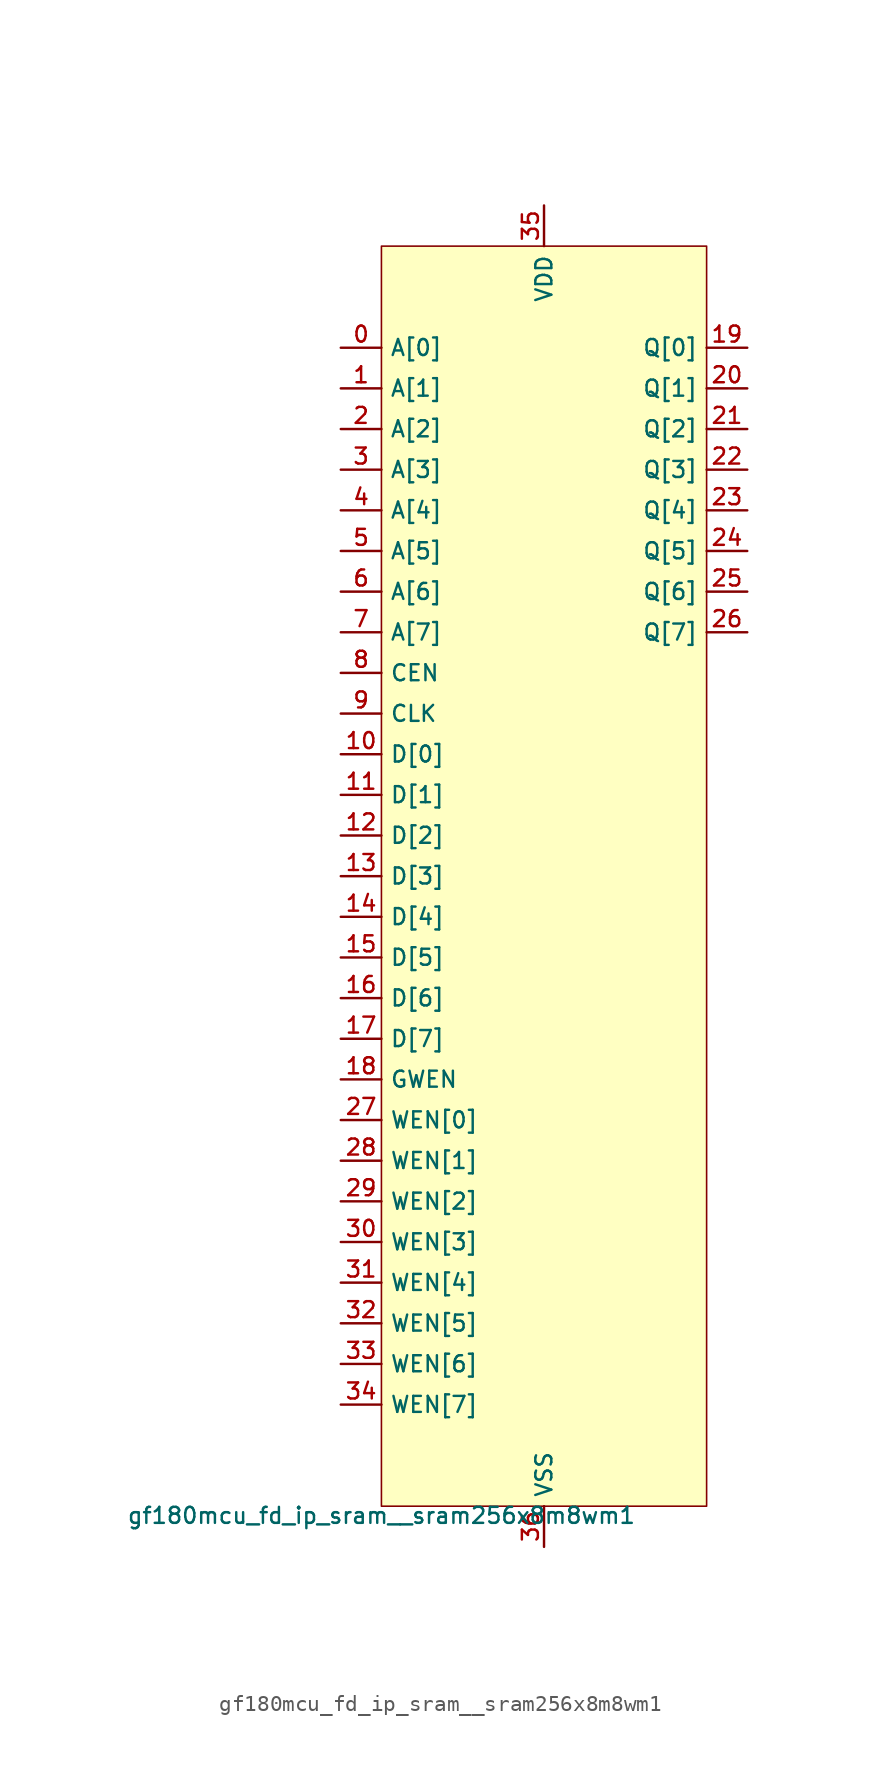
<source format=kicad_sym>
(kicad_symbol_lib
  (version 20211014)
  (generator pdk2kicad)
  (symbol "gf180mcu_fd_ip_sram__sram256x8m8wm1"
    (property "Reference" "X"
      (at 0 0 0)
      (effects (font (size 1 1)) hide))
    (property "Value" "gf180mcu_fd_ip_sram__sram256x8m8wm1"
      (at -10.16 -39.37 0)
      (effects (font (size 1 1)) (justify top)))
    (rectangle
      (start -10.16 -39.37)
      (end 10.16 39.37)
      (stroke (width 0.1) (type solid) (color 0 0 0 0))
      (fill (type background)))
    (pin input line
      (at -12.7 33.02 0)
      (length 2.54)
      (name "A[0]" (effects (font (size 1 1)) hide))
      (number "0" (effects (font (size 1 1)) hide)))
    (pin input line
      (at -12.7 30.48 0)
      (length 2.54)
      (name "A[1]" (effects (font (size 1 1)) hide))
      (number "1" (effects (font (size 1 1)) hide)))
    (pin input line
      (at -12.7 27.94 0)
      (length 2.54)
      (name "A[2]" (effects (font (size 1 1)) hide))
      (number "2" (effects (font (size 1 1)) hide)))
    (pin input line
      (at -12.7 25.4 0)
      (length 2.54)
      (name "A[3]" (effects (font (size 1 1)) hide))
      (number "3" (effects (font (size 1 1)) hide)))
    (pin input line
      (at -12.7 22.86 0)
      (length 2.54)
      (name "A[4]" (effects (font (size 1 1)) hide))
      (number "4" (effects (font (size 1 1)) hide)))
    (pin input line
      (at -12.7 20.32 0)
      (length 2.54)
      (name "A[5]" (effects (font (size 1 1)) hide))
      (number "5" (effects (font (size 1 1)) hide)))
    (pin input line
      (at -12.7 17.78 0)
      (length 2.54)
      (name "A[6]" (effects (font (size 1 1)) hide))
      (number "6" (effects (font (size 1 1)) hide)))
    (pin input line
      (at -12.7 15.24 0)
      (length 2.54)
      (name "A[7]" (effects (font (size 1 1)) hide))
      (number "7" (effects (font (size 1 1)) hide)))
    (pin input line
      (at -12.7 12.7 0)
      (length 2.54)
      (name "CEN" (effects (font (size 1 1)) hide))
      (number "8" (effects (font (size 1 1)) hide)))
    (pin input line
      (at -12.7 10.16 0)
      (length 2.54)
      (name "CLK" (effects (font (size 1 1)) hide))
      (number "9" (effects (font (size 1 1)) hide)))
    (pin input line
      (at -12.7 7.62 0)
      (length 2.54)
      (name "D[0]" (effects (font (size 1 1)) hide))
      (number "10" (effects (font (size 1 1)) hide)))
    (pin input line
      (at -12.7 5.08 0)
      (length 2.54)
      (name "D[1]" (effects (font (size 1 1)) hide))
      (number "11" (effects (font (size 1 1)) hide)))
    (pin input line
      (at -12.7 2.54 0)
      (length 2.54)
      (name "D[2]" (effects (font (size 1 1)) hide))
      (number "12" (effects (font (size 1 1)) hide)))
    (pin input line
      (at -12.7 2.220446049250313e-15 0)
      (length 2.54)
      (name "D[3]" (effects (font (size 1 1)) hide))
      (number "13" (effects (font (size 1 1)) hide)))
    (pin input line
      (at -12.7 -2.54 0)
      (length 2.54)
      (name "D[4]" (effects (font (size 1 1)) hide))
      (number "14" (effects (font (size 1 1)) hide)))
    (pin input line
      (at -12.7 -5.08 0)
      (length 2.54)
      (name "D[5]" (effects (font (size 1 1)) hide))
      (number "15" (effects (font (size 1 1)) hide)))
    (pin input line
      (at -12.7 -7.62 0)
      (length 2.54)
      (name "D[6]" (effects (font (size 1 1)) hide))
      (number "16" (effects (font (size 1 1)) hide)))
    (pin input line
      (at -12.7 -10.16 0)
      (length 2.54)
      (name "D[7]" (effects (font (size 1 1)) hide))
      (number "17" (effects (font (size 1 1)) hide)))
    (pin input line
      (at -12.7 -12.7 0)
      (length 2.54)
      (name "GWEN" (effects (font (size 1 1)) hide))
      (number "18" (effects (font (size 1 1)) hide)))
    (pin output line
      (at 12.7 33.02 180)
      (length 2.54)
      (name "Q[0]" (effects (font (size 1 1)) hide))
      (number "19" (effects (font (size 1 1)) hide)))
    (pin output line
      (at 12.7 30.48 180)
      (length 2.54)
      (name "Q[1]" (effects (font (size 1 1)) hide))
      (number "20" (effects (font (size 1 1)) hide)))
    (pin output line
      (at 12.7 27.94 180)
      (length 2.54)
      (name "Q[2]" (effects (font (size 1 1)) hide))
      (number "21" (effects (font (size 1 1)) hide)))
    (pin output line
      (at 12.7 25.4 180)
      (length 2.54)
      (name "Q[3]" (effects (font (size 1 1)) hide))
      (number "22" (effects (font (size 1 1)) hide)))
    (pin output line
      (at 12.7 22.86 180)
      (length 2.54)
      (name "Q[4]" (effects (font (size 1 1)) hide))
      (number "23" (effects (font (size 1 1)) hide)))
    (pin output line
      (at 12.7 20.32 180)
      (length 2.54)
      (name "Q[5]" (effects (font (size 1 1)) hide))
      (number "24" (effects (font (size 1 1)) hide)))
    (pin output line
      (at 12.7 17.78 180)
      (length 2.54)
      (name "Q[6]" (effects (font (size 1 1)) hide))
      (number "25" (effects (font (size 1 1)) hide)))
    (pin output line
      (at 12.7 15.24 180)
      (length 2.54)
      (name "Q[7]" (effects (font (size 1 1)) hide))
      (number "26" (effects (font (size 1 1)) hide)))
    (pin input line
      (at -12.7 -15.24 0)
      (length 2.54)
      (name "WEN[0]" (effects (font (size 1 1)) hide))
      (number "27" (effects (font (size 1 1)) hide)))
    (pin input line
      (at -12.7 -17.78 0)
      (length 2.54)
      (name "WEN[1]" (effects (font (size 1 1)) hide))
      (number "28" (effects (font (size 1 1)) hide)))
    (pin input line
      (at -12.7 -20.32 0)
      (length 2.54)
      (name "WEN[2]" (effects (font (size 1 1)) hide))
      (number "29" (effects (font (size 1 1)) hide)))
    (pin input line
      (at -12.7 -22.86 0)
      (length 2.54)
      (name "WEN[3]" (effects (font (size 1 1)) hide))
      (number "30" (effects (font (size 1 1)) hide)))
    (pin input line
      (at -12.7 -25.4 0)
      (length 2.54)
      (name "WEN[4]" (effects (font (size 1 1)) hide))
      (number "31" (effects (font (size 1 1)) hide)))
    (pin input line
      (at -12.7 -27.94 0)
      (length 2.54)
      (name "WEN[5]" (effects (font (size 1 1)) hide))
      (number "32" (effects (font (size 1 1)) hide)))
    (pin input line
      (at -12.7 -30.48 0)
      (length 2.54)
      (name "WEN[6]" (effects (font (size 1 1)) hide))
      (number "33" (effects (font (size 1 1)) hide)))
    (pin input line
      (at -12.7 -33.02 0)
      (length 2.54)
      (name "WEN[7]" (effects (font (size 1 1)) hide))
      (number "34" (effects (font (size 1 1)) hide)))
    (pin power_in line
      (at 0.0 41.91 270)
      (length 2.54)
      (name "VDD" (effects (font (size 1 1)) hide))
      (number "35" (effects (font (size 1 1)) hide)))
    (pin power_in line
      (at 0.0 -41.91 90)
      (length 2.54)
      (name "VSS" (effects (font (size 1 1)) hide))
      (number "36" (effects (font (size 1 1)) hide)))))
</source>
